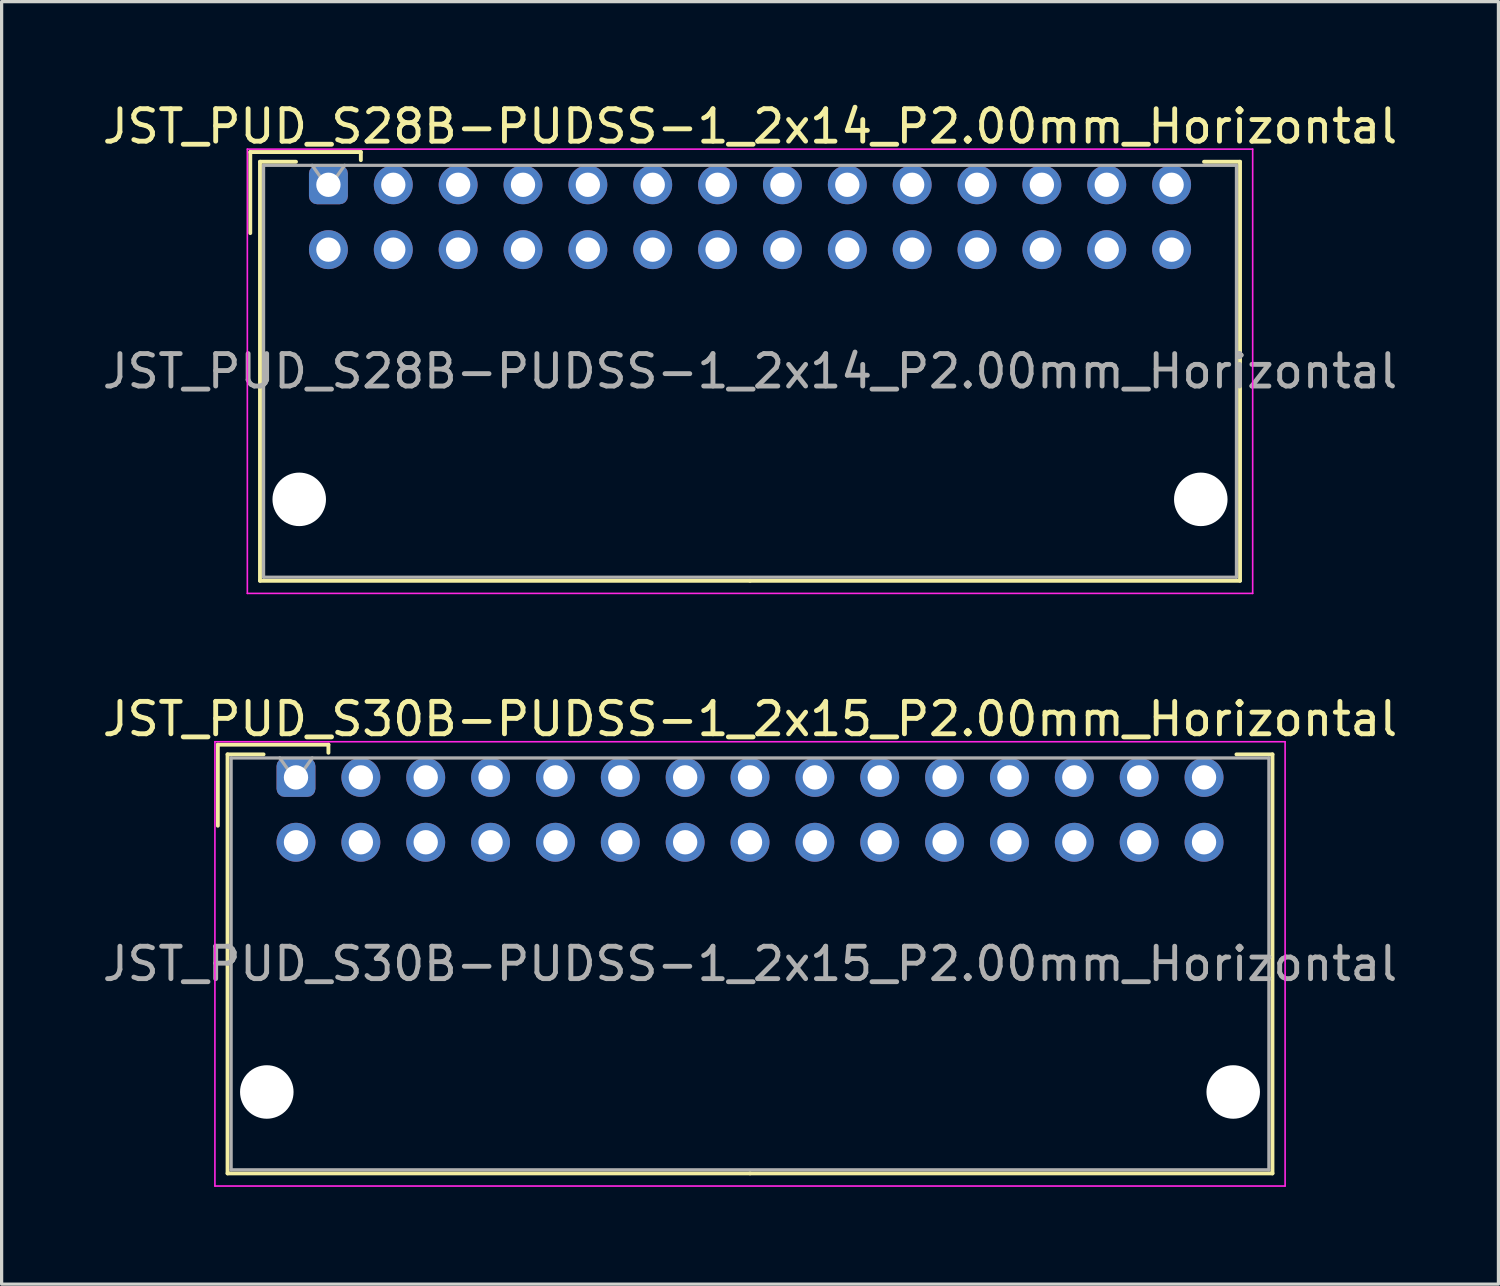
<source format=kicad_pcb>
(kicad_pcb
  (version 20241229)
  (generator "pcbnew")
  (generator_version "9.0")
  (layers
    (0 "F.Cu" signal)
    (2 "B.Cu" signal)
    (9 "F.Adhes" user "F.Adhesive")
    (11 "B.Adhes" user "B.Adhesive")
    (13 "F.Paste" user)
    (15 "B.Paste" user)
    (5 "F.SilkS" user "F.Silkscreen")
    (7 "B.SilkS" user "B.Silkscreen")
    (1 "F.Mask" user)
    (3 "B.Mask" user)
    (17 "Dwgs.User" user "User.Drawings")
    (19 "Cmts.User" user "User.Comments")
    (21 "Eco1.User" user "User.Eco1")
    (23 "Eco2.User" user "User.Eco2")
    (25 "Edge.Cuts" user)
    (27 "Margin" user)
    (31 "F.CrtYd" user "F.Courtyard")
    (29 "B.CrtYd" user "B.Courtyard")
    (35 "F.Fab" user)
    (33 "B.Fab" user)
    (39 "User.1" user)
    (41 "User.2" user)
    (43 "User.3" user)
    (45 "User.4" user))
  (footprint "JST_PUD_S30B-PUDSS-1_2x15_P2.00mm_Horizontal"
    (layer "F.Cu")
    (at 6.077 20.922)
    (property "Reference" "JST_PUD_S30B-PUDSS-1_2x15_P2.00mm_Horizontal" (at 14 -1.8 0) (layer "F.SilkS") (effects (font (size 1 1) (thickness 0.15))))
    (attr through_hole)
    (fp_line (start -2.41 -1.01) (end -2.41 1.49) (stroke (width 0.12) (type solid)) (layer "F.SilkS"))
    (fp_line (start -2.11 -0.71) (end -2.11 12.21) (stroke (width 0.12) (type solid)) (layer "F.SilkS"))
    (fp_line (start -2.11 12.21) (end 14 12.21) (stroke (width 0.12) (type solid)) (layer "F.SilkS"))
    (fp_line (start -1 -0.71) (end -2.11 -0.71) (stroke (width 0.12) (type solid)) (layer "F.SilkS"))
    (fp_line (start 1 -1.01) (end -2.41 -1.01) (stroke (width 0.12) (type solid)) (layer "F.SilkS"))
    (fp_line (start 1 -0.76) (end 1 -1.01) (stroke (width 0.12) (type solid)) (layer "F.SilkS"))
    (fp_line (start 29 -0.71) (end 30.11 -0.71) (stroke (width 0.12) (type solid)) (layer "F.SilkS"))
    (fp_line (start 30.11 -0.71) (end 30.11 12.21) (stroke (width 0.12) (type solid)) (layer "F.SilkS"))
    (fp_line (start 30.11 12.21) (end 14 12.21) (stroke (width 0.12) (type solid)) (layer "F.SilkS"))
    (fp_line (start -2.5 -1.1) (end -2.5 12.6) (stroke (width 0.05) (type solid)) (layer "F.CrtYd"))
    (fp_line (start -2.5 12.6) (end 30.5 12.6) (stroke (width 0.05) (type solid)) (layer "F.CrtYd"))
    (fp_line (start 30.5 -1.1) (end -2.5 -1.1) (stroke (width 0.05) (type solid)) (layer "F.CrtYd"))
    (fp_line (start 30.5 12.6) (end 30.5 -1.1) (stroke (width 0.05) (type solid)) (layer "F.CrtYd"))
    (fp_line (start -2 -0.6) (end -2 12.1) (stroke (width 0.1) (type solid)) (layer "F.Fab"))
    (fp_line (start -2 12.1) (end 30 12.1) (stroke (width 0.1) (type solid)) (layer "F.Fab"))
    (fp_line (start 0 0.107) (end -0.5 -0.6) (stroke (width 0.1) (type solid)) (layer "F.Fab"))
    (fp_line (start 0.5 -0.6) (end 0 0.107) (stroke (width 0.1) (type solid)) (layer "F.Fab"))
    (fp_line (start 30 -0.6) (end -2 -0.6) (stroke (width 0.1) (type solid)) (layer "F.Fab"))
    (fp_line (start 30 12.1) (end 30 -0.6) (stroke (width 0.1) (type solid)) (layer "F.Fab"))
    (fp_text user "${REFERENCE}" (at 14 5.75 0) (layer "F.Fab") (effects (font (size 1 1) (thickness 0.15))))
    (pad "" np_thru_hole circle (at -0.9 9.7) (size 1.65 1.65) (drill 1.65) (layers "*.Cu" "*.Mask"))
    (pad "" np_thru_hole circle (at 28.9 9.7) (size 1.65 1.65) (drill 1.65) (layers "*.Cu" "*.Mask"))
    (pad "1" thru_hole roundrect (at 0 0) (size 1.2 1.2) (drill 0.75) (layers "*.Cu" "*.Mask") (roundrect_rratio 0.208))
    (pad "2" thru_hole circle (at 0 2) (size 1.2 1.2) (drill 0.75) (layers "*.Cu" "*.Mask"))
    (pad "3" thru_hole circle (at 2 0) (size 1.2 1.2) (drill 0.75) (layers "*.Cu" "*.Mask"))
    (pad "4" thru_hole circle (at 2 2) (size 1.2 1.2) (drill 0.75) (layers "*.Cu" "*.Mask"))
    (pad "5" thru_hole circle (at 4 0) (size 1.2 1.2) (drill 0.75) (layers "*.Cu" "*.Mask"))
    (pad "6" thru_hole circle (at 4 2) (size 1.2 1.2) (drill 0.75) (layers "*.Cu" "*.Mask"))
    (pad "7" thru_hole circle (at 6 0) (size 1.2 1.2) (drill 0.75) (layers "*.Cu" "*.Mask"))
    (pad "8" thru_hole circle (at 6 2) (size 1.2 1.2) (drill 0.75) (layers "*.Cu" "*.Mask"))
    (pad "9" thru_hole circle (at 8 0) (size 1.2 1.2) (drill 0.75) (layers "*.Cu" "*.Mask"))
    (pad "10" thru_hole circle (at 8 2) (size 1.2 1.2) (drill 0.75) (layers "*.Cu" "*.Mask"))
    (pad "11" thru_hole circle (at 10 0) (size 1.2 1.2) (drill 0.75) (layers "*.Cu" "*.Mask"))
    (pad "12" thru_hole circle (at 10 2) (size 1.2 1.2) (drill 0.75) (layers "*.Cu" "*.Mask"))
    (pad "13" thru_hole circle (at 12 0) (size 1.2 1.2) (drill 0.75) (layers "*.Cu" "*.Mask"))
    (pad "14" thru_hole circle (at 12 2) (size 1.2 1.2) (drill 0.75) (layers "*.Cu" "*.Mask"))
    (pad "15" thru_hole circle (at 14 0) (size 1.2 1.2) (drill 0.75) (layers "*.Cu" "*.Mask"))
    (pad "16" thru_hole circle (at 14 2) (size 1.2 1.2) (drill 0.75) (layers "*.Cu" "*.Mask"))
    (pad "17" thru_hole circle (at 16 0) (size 1.2 1.2) (drill 0.75) (layers "*.Cu" "*.Mask"))
    (pad "18" thru_hole circle (at 16 2) (size 1.2 1.2) (drill 0.75) (layers "*.Cu" "*.Mask"))
    (pad "19" thru_hole circle (at 18 0) (size 1.2 1.2) (drill 0.75) (layers "*.Cu" "*.Mask"))
    (pad "20" thru_hole circle (at 18 2) (size 1.2 1.2) (drill 0.75) (layers "*.Cu" "*.Mask"))
    (pad "21" thru_hole circle (at 20 0) (size 1.2 1.2) (drill 0.75) (layers "*.Cu" "*.Mask"))
    (pad "22" thru_hole circle (at 20 2) (size 1.2 1.2) (drill 0.75) (layers "*.Cu" "*.Mask"))
    (pad "23" thru_hole circle (at 22 0) (size 1.2 1.2) (drill 0.75) (layers "*.Cu" "*.Mask"))
    (pad "24" thru_hole circle (at 22 2) (size 1.2 1.2) (drill 0.75) (layers "*.Cu" "*.Mask"))
    (pad "25" thru_hole circle (at 24 0) (size 1.2 1.2) (drill 0.75) (layers "*.Cu" "*.Mask"))
    (pad "26" thru_hole circle (at 24 2) (size 1.2 1.2) (drill 0.75) (layers "*.Cu" "*.Mask"))
    (pad "27" thru_hole circle (at 26 0) (size 1.2 1.2) (drill 0.75) (layers "*.Cu" "*.Mask"))
    (pad "28" thru_hole circle (at 26 2) (size 1.2 1.2) (drill 0.75) (layers "*.Cu" "*.Mask"))
    (pad "29" thru_hole circle (at 28 0) (size 1.2 1.2) (drill 0.75) (layers "*.Cu" "*.Mask"))
    (pad "30" thru_hole circle (at 28 2) (size 1.2 1.2) (drill 0.75) (layers "*.Cu" "*.Mask")))
  (footprint "JST_PUD_S28B-PUDSS-1_2x14_P2.00mm_Horizontal"
    (layer "F.Cu")
    (at 7.077 2.648)
    (property "Reference" "JST_PUD_S28B-PUDSS-1_2x14_P2.00mm_Horizontal" (at 13 -1.8 0) (layer "F.SilkS") (effects (font (size 1 1) (thickness 0.15))))
    (attr through_hole)
    (fp_line (start -2.41 -1.01) (end -2.41 1.49) (stroke (width 0.12) (type solid)) (layer "F.SilkS"))
    (fp_line (start -2.11 -0.71) (end -2.11 12.21) (stroke (width 0.12) (type solid)) (layer "F.SilkS"))
    (fp_line (start -2.11 12.21) (end 13 12.21) (stroke (width 0.12) (type solid)) (layer "F.SilkS"))
    (fp_line (start -1 -0.71) (end -2.11 -0.71) (stroke (width 0.12) (type solid)) (layer "F.SilkS"))
    (fp_line (start 1 -1.01) (end -2.41 -1.01) (stroke (width 0.12) (type solid)) (layer "F.SilkS"))
    (fp_line (start 1 -0.76) (end 1 -1.01) (stroke (width 0.12) (type solid)) (layer "F.SilkS"))
    (fp_line (start 27 -0.71) (end 28.11 -0.71) (stroke (width 0.12) (type solid)) (layer "F.SilkS"))
    (fp_line (start 28.11 -0.71) (end 28.11 12.21) (stroke (width 0.12) (type solid)) (layer "F.SilkS"))
    (fp_line (start 28.11 12.21) (end 13 12.21) (stroke (width 0.12) (type solid)) (layer "F.SilkS"))
    (fp_line (start -2.5 -1.1) (end -2.5 12.6) (stroke (width 0.05) (type solid)) (layer "F.CrtYd"))
    (fp_line (start -2.5 12.6) (end 28.5 12.6) (stroke (width 0.05) (type solid)) (layer "F.CrtYd"))
    (fp_line (start 28.5 -1.1) (end -2.5 -1.1) (stroke (width 0.05) (type solid)) (layer "F.CrtYd"))
    (fp_line (start 28.5 12.6) (end 28.5 -1.1) (stroke (width 0.05) (type solid)) (layer "F.CrtYd"))
    (fp_line (start -2 -0.6) (end -2 12.1) (stroke (width 0.1) (type solid)) (layer "F.Fab"))
    (fp_line (start -2 12.1) (end 28 12.1) (stroke (width 0.1) (type solid)) (layer "F.Fab"))
    (fp_line (start 0 0.107) (end -0.5 -0.6) (stroke (width 0.1) (type solid)) (layer "F.Fab"))
    (fp_line (start 0.5 -0.6) (end 0 0.107) (stroke (width 0.1) (type solid)) (layer "F.Fab"))
    (fp_line (start 28 -0.6) (end -2 -0.6) (stroke (width 0.1) (type solid)) (layer "F.Fab"))
    (fp_line (start 28 12.1) (end 28 -0.6) (stroke (width 0.1) (type solid)) (layer "F.Fab"))
    (fp_text user "${REFERENCE}" (at 13 5.75 0) (layer "F.Fab") (effects (font (size 1 1) (thickness 0.15))))
    (pad "" np_thru_hole circle (at -0.9 9.7) (size 1.65 1.65) (drill 1.65) (layers "*.Cu" "*.Mask"))
    (pad "" np_thru_hole circle (at 26.9 9.7) (size 1.65 1.65) (drill 1.65) (layers "*.Cu" "*.Mask"))
    (pad "1" thru_hole roundrect (at 0 0) (size 1.2 1.2) (drill 0.75) (layers "*.Cu" "*.Mask") (roundrect_rratio 0.208))
    (pad "2" thru_hole circle (at 0 2) (size 1.2 1.2) (drill 0.75) (layers "*.Cu" "*.Mask"))
    (pad "3" thru_hole circle (at 2 0) (size 1.2 1.2) (drill 0.75) (layers "*.Cu" "*.Mask"))
    (pad "4" thru_hole circle (at 2 2) (size 1.2 1.2) (drill 0.75) (layers "*.Cu" "*.Mask"))
    (pad "5" thru_hole circle (at 4 0) (size 1.2 1.2) (drill 0.75) (layers "*.Cu" "*.Mask"))
    (pad "6" thru_hole circle (at 4 2) (size 1.2 1.2) (drill 0.75) (layers "*.Cu" "*.Mask"))
    (pad "7" thru_hole circle (at 6 0) (size 1.2 1.2) (drill 0.75) (layers "*.Cu" "*.Mask"))
    (pad "8" thru_hole circle (at 6 2) (size 1.2 1.2) (drill 0.75) (layers "*.Cu" "*.Mask"))
    (pad "9" thru_hole circle (at 8 0) (size 1.2 1.2) (drill 0.75) (layers "*.Cu" "*.Mask"))
    (pad "10" thru_hole circle (at 8 2) (size 1.2 1.2) (drill 0.75) (layers "*.Cu" "*.Mask"))
    (pad "11" thru_hole circle (at 10 0) (size 1.2 1.2) (drill 0.75) (layers "*.Cu" "*.Mask"))
    (pad "12" thru_hole circle (at 10 2) (size 1.2 1.2) (drill 0.75) (layers "*.Cu" "*.Mask"))
    (pad "13" thru_hole circle (at 12 0) (size 1.2 1.2) (drill 0.75) (layers "*.Cu" "*.Mask"))
    (pad "14" thru_hole circle (at 12 2) (size 1.2 1.2) (drill 0.75) (layers "*.Cu" "*.Mask"))
    (pad "15" thru_hole circle (at 14 0) (size 1.2 1.2) (drill 0.75) (layers "*.Cu" "*.Mask"))
    (pad "16" thru_hole circle (at 14 2) (size 1.2 1.2) (drill 0.75) (layers "*.Cu" "*.Mask"))
    (pad "17" thru_hole circle (at 16 0) (size 1.2 1.2) (drill 0.75) (layers "*.Cu" "*.Mask"))
    (pad "18" thru_hole circle (at 16 2) (size 1.2 1.2) (drill 0.75) (layers "*.Cu" "*.Mask"))
    (pad "19" thru_hole circle (at 18 0) (size 1.2 1.2) (drill 0.75) (layers "*.Cu" "*.Mask"))
    (pad "20" thru_hole circle (at 18 2) (size 1.2 1.2) (drill 0.75) (layers "*.Cu" "*.Mask"))
    (pad "21" thru_hole circle (at 20 0) (size 1.2 1.2) (drill 0.75) (layers "*.Cu" "*.Mask"))
    (pad "22" thru_hole circle (at 20 2) (size 1.2 1.2) (drill 0.75) (layers "*.Cu" "*.Mask"))
    (pad "23" thru_hole circle (at 22 0) (size 1.2 1.2) (drill 0.75) (layers "*.Cu" "*.Mask"))
    (pad "24" thru_hole circle (at 22 2) (size 1.2 1.2) (drill 0.75) (layers "*.Cu" "*.Mask"))
    (pad "25" thru_hole circle (at 24 0) (size 1.2 1.2) (drill 0.75) (layers "*.Cu" "*.Mask"))
    (pad "26" thru_hole circle (at 24 2) (size 1.2 1.2) (drill 0.75) (layers "*.Cu" "*.Mask"))
    (pad "27" thru_hole circle (at 26 0) (size 1.2 1.2) (drill 0.75) (layers "*.Cu" "*.Mask"))
    (pad "28" thru_hole circle (at 26 2) (size 1.2 1.2) (drill 0.75) (layers "*.Cu" "*.Mask")))
  (gr_rect
    (start -3 -3)
    (end 43.155 36.547)
    (stroke (width 0.1) (type default))
    (fill no)
    (layer "Edge.Cuts")))
</source>
